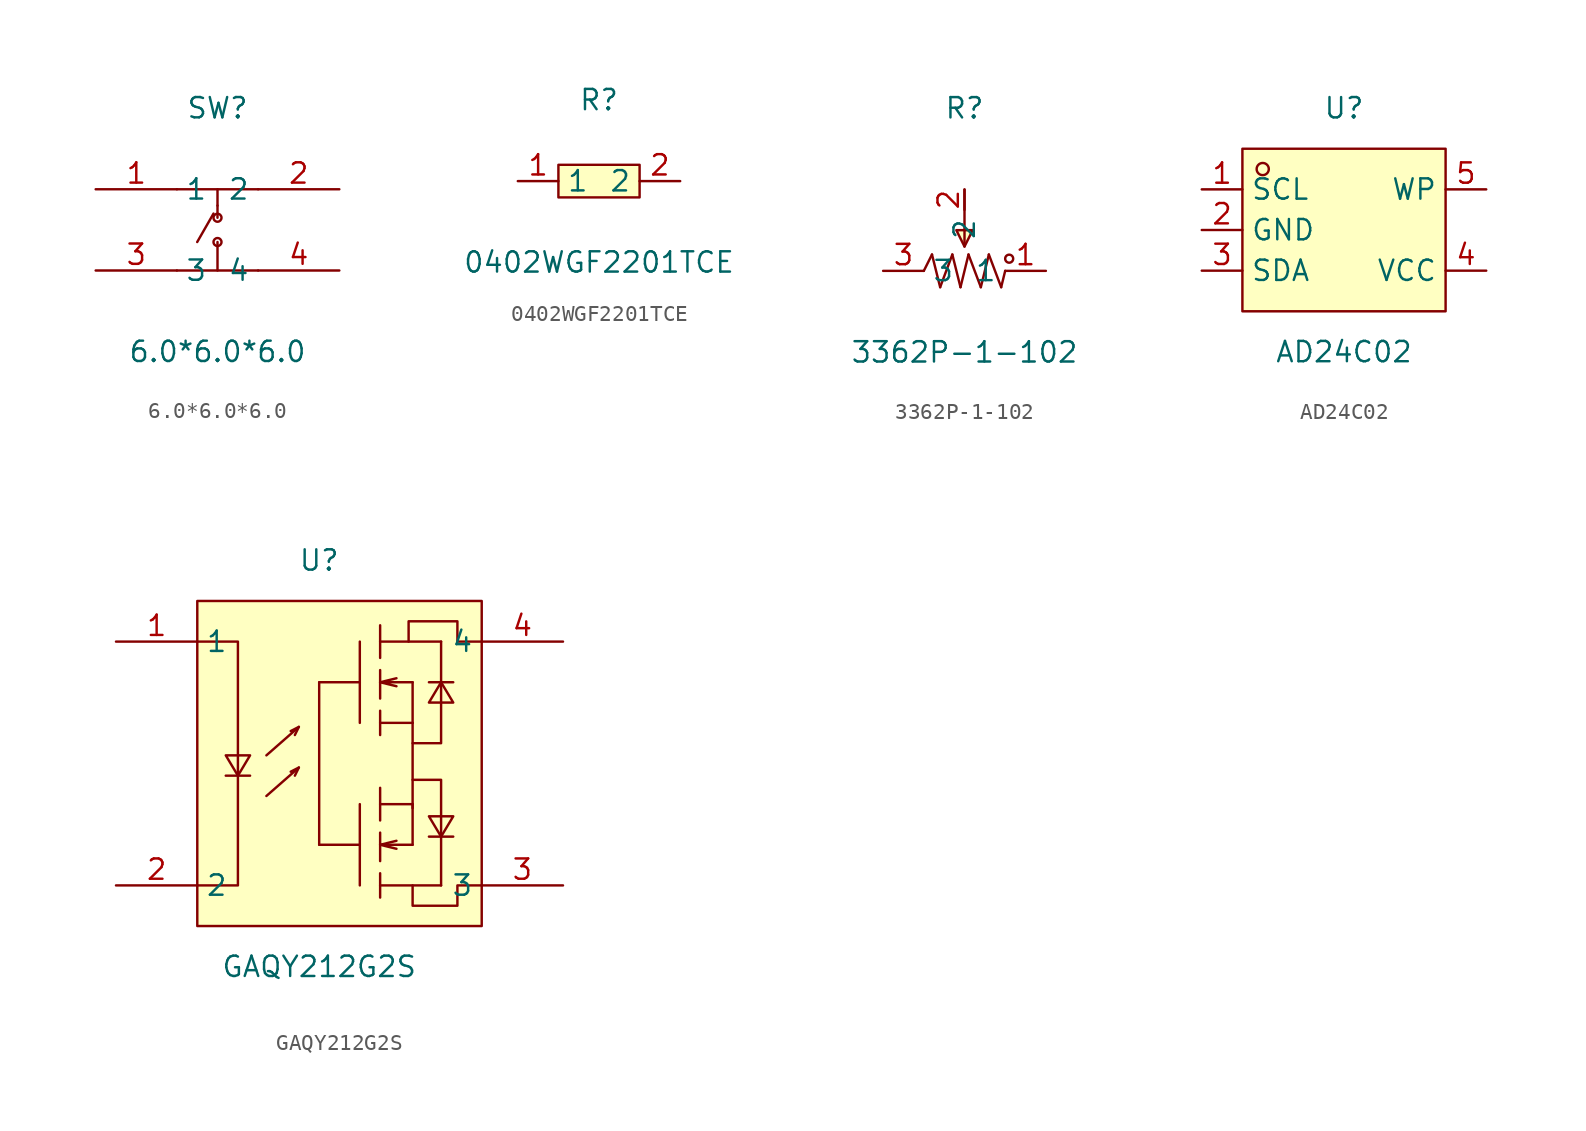
<source format=kicad_sym>
(kicad_symbol_lib
  (version 20211014)
  (generator https://github.com/uPesy/easyeda2kicad.py)
  (symbol "6.0*6.0*6.0"
    (property "Reference" "SW"
      (at 0 7.62 0)
      (effects (font (size 1.27 1.27))))
    (property "Value" "6.0*6.0*6.0"
      (at 0 -7.62 0)
      (effects (font (size 1.27 1.27))))
    (symbol "6.0*6.0*6.0_0_1"
      (circle (center 0.00 -0.76) (radius 0.25) (stroke (width 0) (type default) (color 0 0 0 0)) (fill (type none)))
      (circle (center 0.00 0.76) (radius 0.25) (stroke (width 0) (type default) (color 0 0 0 0)) (fill (type none)))
      (polyline (pts (xy -2.54 2.54) (xy 2.54 2.54)) (stroke (width 0) (type default) (color 0 0 0 0)) (fill (type none)))
      (polyline (pts (xy -2.54 -2.54) (xy 2.54 -2.54)) (stroke (width 0) (type default) (color 0 0 0 0)) (fill (type none)))
      (polyline (pts (xy 0.00 2.54) (xy 0.00 1.52)) (stroke (width 0) (type default) (color 0 0 0 0)) (fill (type none)))
      (polyline (pts (xy 0.00 -2.54) (xy 0.00 -0.76)) (stroke (width 0) (type default) (color 0 0 0 0)) (fill (type none)))
      (polyline (pts (xy 0.00 1.52) (xy 0.00 0.76)) (stroke (width 0) (type default) (color 0 0 0 0)) (fill (type none)))
      (polyline (pts (xy -0.25 1.02) (xy -1.27 -0.76)) (stroke (width 0) (type default) (color 0 0 0 0)) (fill (type none)))
      (pin unspecified line (at -7.62 2.54 0) (length 5.08) (name "1" (effects (font (size 1.27 1.27)))) (number "1" (effects (font (size 1.27 1.27)))))
      (pin unspecified line (at 7.62 2.54 180) (length 5.08) (name "2" (effects (font (size 1.27 1.27)))) (number "2" (effects (font (size 1.27 1.27)))))
      (pin unspecified line (at -7.62 -2.54 0) (length 5.08) (name "3" (effects (font (size 1.27 1.27)))) (number "3" (effects (font (size 1.27 1.27)))))
      (pin unspecified line (at 7.62 -2.54 180) (length 5.08) (name "4" (effects (font (size 1.27 1.27)))) (number "4" (effects (font (size 1.27 1.27)))))))
  (symbol "0402WGF2201TCE"
    (property "Reference" "R"
      (at 0 5.08 0)
      (effects (font (size 1.27 1.27))))
    (property "Value" "0402WGF2201TCE"
      (at 0 -5.08 0)
      (effects (font (size 1.27 1.27))))
    (symbol "0402WGF2201TCE_0_1"
      (rectangle (start -2.54 1.02) (end 2.54 -1.02) (stroke (width 0) (type default) (color 0 0 0 0)) (fill (type background)))
      (pin input line (at 5.08 -0.00 180) (length 2.54) (name "2" (effects (font (size 1.27 1.27)))) (number "2" (effects (font (size 1.27 1.27)))))
      (pin input line (at -5.08 -0.00 0) (length 2.54) (name "1" (effects (font (size 1.27 1.27)))) (number "1" (effects (font (size 1.27 1.27)))))))
  (symbol "3362P-1-102"
    (property "Reference" "R"
      (at 0 10.16 0)
      (effects (font (size 1.27 1.27))))
    (property "Value" "3362P-1-102"
      (at 0 -5.08 0)
      (effects (font (size 1.27 1.27))))
    (symbol "3362P-1-102_0_1"
      (circle (center 2.79 0.76) (radius 0.25) (stroke (width 0) (type default) (color 0 0 0 0)) (fill (type none)))
      (polyline (pts (xy -2.54 -0.00) (xy -2.03 1.02)) (stroke (width 0) (type default) (color 0 0 0 0)) (fill (type none)))
      (polyline (pts (xy -2.03 1.02) (xy -1.52 -1.02)) (stroke (width 0) (type default) (color 0 0 0 0)) (fill (type none)))
      (polyline (pts (xy -1.52 -1.02) (xy -0.76 1.02)) (stroke (width 0) (type default) (color 0 0 0 0)) (fill (type none)))
      (polyline (pts (xy -0.76 1.02) (xy -0.25 -1.02)) (stroke (width 0) (type default) (color 0 0 0 0)) (fill (type none)))
      (polyline (pts (xy -0.25 -1.02) (xy 0.25 1.02)) (stroke (width 0) (type default) (color 0 0 0 0)) (fill (type none)))
      (polyline (pts (xy 0.25 1.02) (xy 1.02 -1.02)) (stroke (width 0) (type default) (color 0 0 0 0)) (fill (type none)))
      (polyline (pts (xy 1.02 -1.02) (xy 1.52 1.02)) (stroke (width 0) (type default) (color 0 0 0 0)) (fill (type none)))
      (polyline (pts (xy 1.52 1.02) (xy 2.29 -1.02)) (stroke (width 0) (type default) (color 0 0 0 0)) (fill (type none)))
      (polyline (pts (xy 2.29 -1.02) (xy 2.54 -0.00)) (stroke (width 0) (type default) (color 0 0 0 0)) (fill (type none)))
      (polyline (pts (xy 0.00 5.08) (xy 0.00 1.52)) (stroke (width 0) (type default) (color 0 0 0 0)) (fill (type none)))
      (polyline (pts (xy -0.51 2.54) (xy 0.00 1.52) (xy 0.51 2.54) (xy -0.51 2.54)) (stroke (width 0) (type default) (color 0 0 0 0)) (fill (type background)))
      (pin unspecified line (at -5.08 -0.00 0) (length 2.54) (name "3" (effects (font (size 1.27 1.27)))) (number "3" (effects (font (size 1.27 1.27)))))
      (pin unspecified line (at 5.08 -0.00 180) (length 2.54) (name "1" (effects (font (size 1.27 1.27)))) (number "1" (effects (font (size 1.27 1.27)))))
      (pin unspecified line (at 0.00 5.08 270) (length 1.27) (name "2" (effects (font (size 1.27 1.27)))) (number "2" (effects (font (size 1.27 1.27)))))))
  (symbol "AD24C02"
    (property "Reference" "U"
      (at 0 7.62 0)
      (effects (font (size 1.27 1.27))))
    (property "Value" "AD24C02"
      (at 0 -7.62 0)
      (effects (font (size 1.27 1.27))))
    (symbol "AD24C02_0_1"
      (rectangle (start -6.35 5.08) (end 6.35 -5.08) (stroke (width 0) (type default) (color 0 0 0 0)) (fill (type background)))
      (circle (center -5.08 3.81) (radius 0.38) (stroke (width 0) (type default) (color 0 0 0 0)) (fill (type none)))
      (pin unspecified line (at -8.89 2.54 0) (length 2.54) (name "SCL" (effects (font (size 1.27 1.27)))) (number "1" (effects (font (size 1.27 1.27)))))
      (pin unspecified line (at -8.89 -0.00 0) (length 2.54) (name "GND" (effects (font (size 1.27 1.27)))) (number "2" (effects (font (size 1.27 1.27)))))
      (pin unspecified line (at -8.89 -2.54 0) (length 2.54) (name "SDA" (effects (font (size 1.27 1.27)))) (number "3" (effects (font (size 1.27 1.27)))))
      (pin unspecified line (at 8.89 -2.54 180) (length 2.54) (name "VCC" (effects (font (size 1.27 1.27)))) (number "4" (effects (font (size 1.27 1.27)))))
      (pin unspecified line (at 8.89 2.54 180) (length 2.54) (name "WP" (effects (font (size 1.27 1.27)))) (number "5" (effects (font (size 1.27 1.27)))))))
  (symbol "GAQY212G2S"
    (property "Reference" "U"
      (at 0 12.70 0)
      (effects (font (size 1.27 1.27))))
    (property "Value" "GAQY212G2S"
      (at 0 -12.70 0)
      (effects (font (size 1.27 1.27))))
    (symbol "GAQY212G2S_0_1"
      (rectangle (start -7.62 10.16) (end 10.16 -10.16) (stroke (width 0) (type default) (color 0 0 0 0)) (fill (type background)))
      (polyline (pts (xy 2.54 7.62) (xy 2.54 2.54)) (stroke (width 0) (type default) (color 0 0 0 0)) (fill (type none)))
      (polyline (pts (xy 3.81 8.64) (xy 3.81 6.60)) (stroke (width 0) (type default) (color 0 0 0 0)) (fill (type none)))
      (polyline (pts (xy 3.81 5.84) (xy 3.81 4.06)) (stroke (width 0) (type default) (color 0 0 0 0)) (fill (type none)))
      (polyline (pts (xy 3.81 3.30) (xy 3.81 1.78)) (stroke (width 0) (type default) (color 0 0 0 0)) (fill (type none)))
      (polyline (pts (xy 3.81 7.62) (xy 7.62 7.62)) (stroke (width 0) (type default) (color 0 0 0 0)) (fill (type none)))
      (polyline (pts (xy 3.81 2.54) (xy 5.84 2.54)) (stroke (width 0) (type default) (color 0 0 0 0)) (fill (type none)))
      (polyline (pts (xy 5.84 5.08) (xy 5.84 2.54)) (stroke (width 0) (type default) (color 0 0 0 0)) (fill (type none)))
      (polyline (pts (xy 2.54 5.08) (xy 0.00 5.08)) (stroke (width 0) (type default) (color 0 0 0 0)) (fill (type none)))
      (polyline (pts (xy 5.84 5.08) (xy 3.81 5.08) (xy 4.83 4.83)) (stroke (width 0) (type default) (color 0 0 0 0)) (fill (type none)))
      (polyline (pts (xy 3.81 5.08) (xy 4.83 5.33)) (stroke (width 0) (type default) (color 0 0 0 0)) (fill (type none)))
      (polyline (pts (xy 8.38 3.81) (xy 6.86 3.81) (xy 7.62 5.08) (xy 8.38 3.81)) (stroke (width 0) (type default) (color 0 0 0 0)) (fill (type background)))
      (polyline (pts (xy 8.38 5.08) (xy 6.86 5.08)) (stroke (width 0) (type default) (color 0 0 0 0)) (fill (type none)))
      (polyline (pts (xy 2.54 -2.54) (xy 2.54 -7.62)) (stroke (width 0) (type default) (color 0 0 0 0)) (fill (type none)))
      (polyline (pts (xy 3.81 -1.52) (xy 3.81 -3.56)) (stroke (width 0) (type default) (color 0 0 0 0)) (fill (type none)))
      (polyline (pts (xy 3.81 -4.32) (xy 3.81 -6.10)) (stroke (width 0) (type default) (color 0 0 0 0)) (fill (type none)))
      (polyline (pts (xy 3.81 -6.86) (xy 3.81 -8.38)) (stroke (width 0) (type default) (color 0 0 0 0)) (fill (type none)))
      (polyline (pts (xy 3.81 -2.54) (xy 5.84 -2.54)) (stroke (width 0) (type default) (color 0 0 0 0)) (fill (type none)))
      (polyline (pts (xy 5.84 2.54) (xy 5.84 -2.79)) (stroke (width 0) (type default) (color 0 0 0 0)) (fill (type none)))
      (polyline (pts (xy 3.81 -7.62) (xy 7.62 -7.62)) (stroke (width 0) (type default) (color 0 0 0 0)) (fill (type none)))
      (polyline (pts (xy 5.84 -2.54) (xy 5.84 -5.08)) (stroke (width 0) (type default) (color 0 0 0 0)) (fill (type none)))
      (polyline (pts (xy 2.54 -5.08) (xy 0.00 -5.08)) (stroke (width 0) (type default) (color 0 0 0 0)) (fill (type none)))
      (polyline (pts (xy 5.84 -5.08) (xy 3.81 -5.08) (xy 4.83 -5.33)) (stroke (width 0) (type default) (color 0 0 0 0)) (fill (type none)))
      (polyline (pts (xy 3.81 -5.08) (xy 4.83 -4.83)) (stroke (width 0) (type default) (color 0 0 0 0)) (fill (type none)))
      (polyline (pts (xy 6.86 -3.30) (xy 8.38 -3.30) (xy 7.62 -4.57) (xy 6.86 -3.30)) (stroke (width 0) (type default) (color 0 0 0 0)) (fill (type background)))
      (polyline (pts (xy 6.86 -4.57) (xy 8.38 -4.57)) (stroke (width 0) (type default) (color 0 0 0 0)) (fill (type none)))
      (polyline (pts (xy 5.84 1.27) (xy 7.62 1.27) (xy 7.62 7.62)) (stroke (width 0) (type default) (color 0 0 0 0)) (fill (type none)))
      (polyline (pts (xy 5.84 -1.02) (xy 7.62 -1.02) (xy 7.62 -7.62)) (stroke (width 0) (type default) (color 0 0 0 0)) (fill (type none)))
      (polyline (pts (xy 0.00 5.08) (xy 0.00 -5.08)) (stroke (width 0) (type default) (color 0 0 0 0)) (fill (type none)))
      (polyline (pts (xy -7.62 7.62) (xy -5.08 7.62) (xy -5.08 -7.62) (xy -7.62 -7.62)) (stroke (width 0) (type default) (color 0 0 0 0)) (fill (type none)))
      (polyline (pts (xy -5.84 0.51) (xy -4.32 0.51) (xy -5.08 -0.76) (xy -5.84 0.51)) (stroke (width 0) (type default) (color 0 0 0 0)) (fill (type background)))
      (polyline (pts (xy -5.84 -0.76) (xy -4.32 -0.76)) (stroke (width 0) (type default) (color 0 0 0 0)) (fill (type none)))
      (polyline (pts (xy -3.30 0.51) (xy -1.27 2.29) (xy -1.78 2.03)) (stroke (width 0) (type default) (color 0 0 0 0)) (fill (type none)))
      (polyline (pts (xy -1.27 2.29) (xy -1.52 1.78)) (stroke (width 0) (type default) (color 0 0 0 0)) (fill (type none)))
      (polyline (pts (xy -3.30 -2.03) (xy -1.27 -0.25) (xy -1.78 -0.51)) (stroke (width 0) (type default) (color 0 0 0 0)) (fill (type none)))
      (polyline (pts (xy -1.27 -0.25) (xy -1.52 -0.76)) (stroke (width 0) (type default) (color 0 0 0 0)) (fill (type none)))
      (polyline (pts (xy 5.59 7.62) (xy 5.59 8.89) (xy 8.64 8.89) (xy 8.64 7.62) (xy 10.16 7.62)) (stroke (width 0) (type default) (color 0 0 0 0)) (fill (type none)))
      (polyline (pts (xy 5.84 -7.62) (xy 5.84 -8.89) (xy 8.64 -8.89) (xy 8.64 -7.62) (xy 10.16 -7.62)) (stroke (width 0) (type default) (color 0 0 0 0)) (fill (type none)))
      (pin unspecified line (at -12.70 7.62 0) (length 5.08) (name "1" (effects (font (size 1.27 1.27)))) (number "1" (effects (font (size 1.27 1.27)))))
      (pin unspecified line (at -12.70 -7.62 0) (length 5.08) (name "2" (effects (font (size 1.27 1.27)))) (number "2" (effects (font (size 1.27 1.27)))))
      (pin unspecified line (at 15.24 -7.62 180) (length 5.08) (name "3" (effects (font (size 1.27 1.27)))) (number "3" (effects (font (size 1.27 1.27)))))
      (pin unspecified line (at 15.24 7.62 180) (length 5.08) (name "4" (effects (font (size 1.27 1.27)))) (number "4" (effects (font (size 1.27 1.27))))))))
</source>
